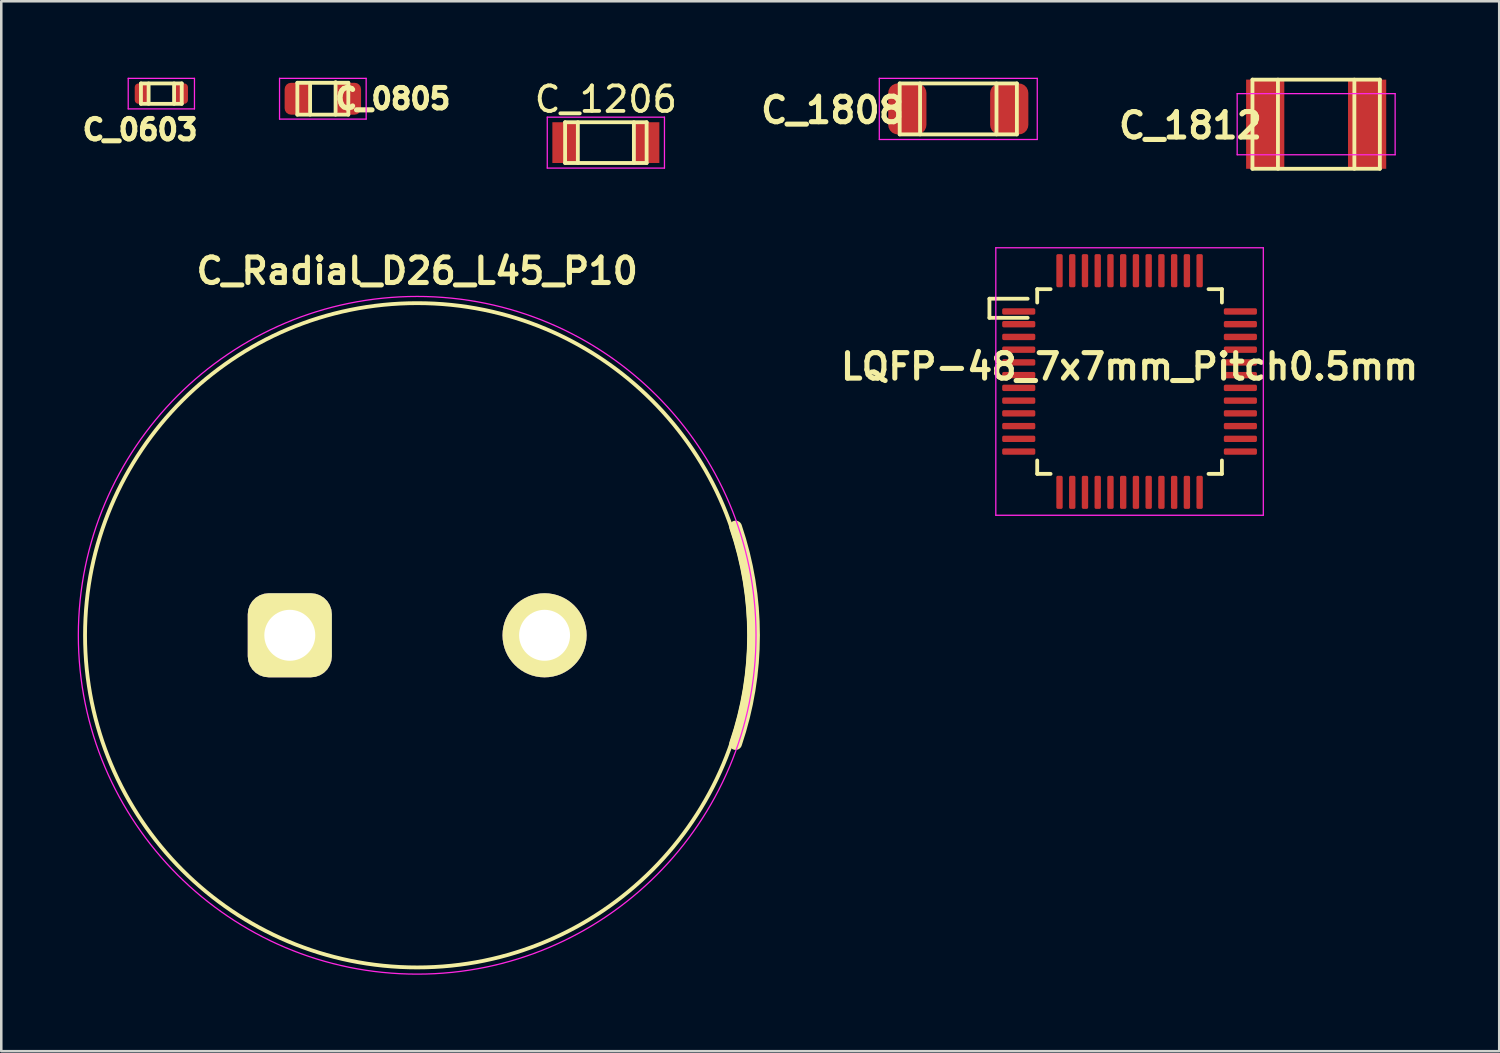
<source format=kicad_pcb>
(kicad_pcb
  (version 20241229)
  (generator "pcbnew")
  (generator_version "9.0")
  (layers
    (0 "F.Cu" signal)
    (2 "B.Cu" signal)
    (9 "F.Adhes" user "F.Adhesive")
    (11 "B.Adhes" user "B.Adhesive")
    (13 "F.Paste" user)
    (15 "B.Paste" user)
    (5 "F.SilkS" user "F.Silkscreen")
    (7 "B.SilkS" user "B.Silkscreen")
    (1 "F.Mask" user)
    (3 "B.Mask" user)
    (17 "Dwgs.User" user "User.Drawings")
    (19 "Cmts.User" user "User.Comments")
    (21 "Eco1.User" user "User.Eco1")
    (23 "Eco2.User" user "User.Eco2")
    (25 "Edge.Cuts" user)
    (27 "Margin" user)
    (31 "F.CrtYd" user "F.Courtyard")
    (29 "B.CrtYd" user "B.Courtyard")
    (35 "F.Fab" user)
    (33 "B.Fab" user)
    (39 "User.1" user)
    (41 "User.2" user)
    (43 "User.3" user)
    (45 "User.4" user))
  (footprint "LQFP-48_7x7mm_Pitch0.5mm"
    (layer "F.Cu")
    (at 41.287 11.925)
    (property "Reference" "LQFP-48_7x7mm_Pitch0.5mm" (at 0 -0.586 0) (layer "F.SilkS") (effects (font (size 1 1) (thickness 0.2))))
    (attr smd)
    (fp_line (start -5.5 -3.25) (end -5.5 -2.5) (stroke (width 0.15) (type solid)) (layer "F.SilkS"))
    (fp_line (start -5.5 -2.5) (end -4 -2.5) (stroke (width 0.15) (type solid)) (layer "F.SilkS"))
    (fp_line (start -4 -3.25) (end -5.5 -3.25) (stroke (width 0.15) (type solid)) (layer "F.SilkS"))
    (fp_line (start -3.625 -3.625) (end -3.625 -3.1) (stroke (width 0.15) (type solid)) (layer "F.SilkS"))
    (fp_line (start -3.625 -3.625) (end -3.1 -3.625) (stroke (width 0.15) (type solid)) (layer "F.SilkS"))
    (fp_line (start -3.625 3.625) (end -3.625 3.1) (stroke (width 0.15) (type solid)) (layer "F.SilkS"))
    (fp_line (start -3.625 3.625) (end -3.1 3.625) (stroke (width 0.15) (type solid)) (layer "F.SilkS"))
    (fp_line (start 3.625 -3.625) (end 3.1 -3.625) (stroke (width 0.15) (type solid)) (layer "F.SilkS"))
    (fp_line (start 3.625 -3.625) (end 3.625 -3.1) (stroke (width 0.15) (type solid)) (layer "F.SilkS"))
    (fp_line (start 3.625 3.625) (end 3.1 3.625) (stroke (width 0.15) (type solid)) (layer "F.SilkS"))
    (fp_line (start 3.625 3.625) (end 3.625 3.1) (stroke (width 0.15) (type solid)) (layer "F.SilkS"))
    (fp_line (start -5.25 -5.25) (end -5.25 5.25) (stroke (width 0.05) (type solid)) (layer "F.CrtYd"))
    (fp_line (start -5.25 -5.25) (end 5.25 -5.25) (stroke (width 0.05) (type solid)) (layer "F.CrtYd"))
    (fp_line (start -5.25 5.25) (end 5.25 5.25) (stroke (width 0.05) (type solid)) (layer "F.CrtYd"))
    (fp_line (start 5.25 -5.25) (end 5.25 5.25) (stroke (width 0.05) (type solid)) (layer "F.CrtYd"))
    (pad "1" smd roundrect (at -4.35 -2.75) (size 1.3 0.25) (layers "F.Cu" "F.Mask" "F.Paste") (roundrect_rratio 0.25))
    (pad "2" smd roundrect (at -4.35 -2.25) (size 1.3 0.25) (layers "F.Cu" "F.Mask" "F.Paste") (roundrect_rratio 0.25))
    (pad "3" smd roundrect (at -4.35 -1.75) (size 1.3 0.25) (layers "F.Cu" "F.Mask" "F.Paste") (roundrect_rratio 0.25))
    (pad "4" smd roundrect (at -4.35 -1.25) (size 1.3 0.25) (layers "F.Cu" "F.Mask" "F.Paste") (roundrect_rratio 0.25))
    (pad "5" smd roundrect (at -4.35 -0.75) (size 1.3 0.25) (layers "F.Cu" "F.Mask" "F.Paste") (roundrect_rratio 0.25))
    (pad "6" smd roundrect (at -4.35 -0.25) (size 1.3 0.25) (layers "F.Cu" "F.Mask" "F.Paste") (roundrect_rratio 0.25))
    (pad "7" smd roundrect (at -4.35 0.25) (size 1.3 0.25) (layers "F.Cu" "F.Mask" "F.Paste") (roundrect_rratio 0.25))
    (pad "8" smd roundrect (at -4.35 0.75) (size 1.3 0.25) (layers "F.Cu" "F.Mask" "F.Paste") (roundrect_rratio 0.25))
    (pad "9" smd roundrect (at -4.35 1.25) (size 1.3 0.25) (layers "F.Cu" "F.Mask" "F.Paste") (roundrect_rratio 0.25))
    (pad "10" smd roundrect (at -4.35 1.75) (size 1.3 0.25) (layers "F.Cu" "F.Mask" "F.Paste") (roundrect_rratio 0.25))
    (pad "11" smd roundrect (at -4.35 2.25) (size 1.3 0.25) (layers "F.Cu" "F.Mask" "F.Paste") (roundrect_rratio 0.25))
    (pad "12" smd roundrect (at -4.35 2.75) (size 1.3 0.25) (layers "F.Cu" "F.Mask" "F.Paste") (roundrect_rratio 0.25))
    (pad "13" smd roundrect (at -2.75 4.35 90) (size 1.3 0.25) (layers "F.Cu" "F.Mask" "F.Paste") (roundrect_rratio 0.25))
    (pad "14" smd roundrect (at -2.25 4.35 90) (size 1.3 0.25) (layers "F.Cu" "F.Mask" "F.Paste") (roundrect_rratio 0.25))
    (pad "15" smd roundrect (at -1.75 4.35 90) (size 1.3 0.25) (layers "F.Cu" "F.Mask" "F.Paste") (roundrect_rratio 0.25))
    (pad "16" smd roundrect (at -1.25 4.35 90) (size 1.3 0.25) (layers "F.Cu" "F.Mask" "F.Paste") (roundrect_rratio 0.25))
    (pad "17" smd roundrect (at -0.75 4.35 90) (size 1.3 0.25) (layers "F.Cu" "F.Mask" "F.Paste") (roundrect_rratio 0.25))
    (pad "18" smd roundrect (at -0.25 4.35 90) (size 1.3 0.25) (layers "F.Cu" "F.Mask" "F.Paste") (roundrect_rratio 0.25))
    (pad "19" smd roundrect (at 0.25 4.35 90) (size 1.3 0.25) (layers "F.Cu" "F.Mask" "F.Paste") (roundrect_rratio 0.25))
    (pad "20" smd roundrect (at 0.75 4.35 90) (size 1.3 0.25) (layers "F.Cu" "F.Mask" "F.Paste") (roundrect_rratio 0.25))
    (pad "21" smd roundrect (at 1.25 4.35 90) (size 1.3 0.25) (layers "F.Cu" "F.Mask" "F.Paste") (roundrect_rratio 0.25))
    (pad "22" smd roundrect (at 1.75 4.35 90) (size 1.3 0.25) (layers "F.Cu" "F.Mask" "F.Paste") (roundrect_rratio 0.25))
    (pad "23" smd roundrect (at 2.25 4.35 90) (size 1.3 0.25) (layers "F.Cu" "F.Mask" "F.Paste") (roundrect_rratio 0.25))
    (pad "24" smd roundrect (at 2.75 4.35 90) (size 1.3 0.25) (layers "F.Cu" "F.Mask" "F.Paste") (roundrect_rratio 0.25))
    (pad "25" smd roundrect (at 4.35 2.75) (size 1.3 0.25) (layers "F.Cu" "F.Mask" "F.Paste") (roundrect_rratio 0.25))
    (pad "26" smd roundrect (at 4.35 2.25) (size 1.3 0.25) (layers "F.Cu" "F.Mask" "F.Paste") (roundrect_rratio 0.25))
    (pad "27" smd roundrect (at 4.35 1.75) (size 1.3 0.25) (layers "F.Cu" "F.Mask" "F.Paste") (roundrect_rratio 0.25))
    (pad "28" smd roundrect (at 4.35 1.25) (size 1.3 0.25) (layers "F.Cu" "F.Mask" "F.Paste") (roundrect_rratio 0.25))
    (pad "29" smd roundrect (at 4.35 0.75) (size 1.3 0.25) (layers "F.Cu" "F.Mask" "F.Paste") (roundrect_rratio 0.25))
    (pad "30" smd roundrect (at 4.35 0.25) (size 1.3 0.25) (layers "F.Cu" "F.Mask" "F.Paste") (roundrect_rratio 0.25))
    (pad "31" smd roundrect (at 4.35 -0.25) (size 1.3 0.25) (layers "F.Cu" "F.Mask" "F.Paste") (roundrect_rratio 0.25))
    (pad "32" smd roundrect (at 4.35 -0.75) (size 1.3 0.25) (layers "F.Cu" "F.Mask" "F.Paste") (roundrect_rratio 0.25))
    (pad "33" smd roundrect (at 4.35 -1.25) (size 1.3 0.25) (layers "F.Cu" "F.Mask" "F.Paste") (roundrect_rratio 0.25))
    (pad "34" smd roundrect (at 4.35 -1.75) (size 1.3 0.25) (layers "F.Cu" "F.Mask" "F.Paste") (roundrect_rratio 0.25))
    (pad "35" smd roundrect (at 4.35 -2.25) (size 1.3 0.25) (layers "F.Cu" "F.Mask" "F.Paste") (roundrect_rratio 0.25))
    (pad "36" smd roundrect (at 4.35 -2.75) (size 1.3 0.25) (layers "F.Cu" "F.Mask" "F.Paste") (roundrect_rratio 0.25))
    (pad "37" smd roundrect (at 2.75 -4.35 90) (size 1.3 0.25) (layers "F.Cu" "F.Mask" "F.Paste") (roundrect_rratio 0.25))
    (pad "38" smd roundrect (at 2.25 -4.35 90) (size 1.3 0.25) (layers "F.Cu" "F.Mask" "F.Paste") (roundrect_rratio 0.25))
    (pad "39" smd roundrect (at 1.75 -4.35 90) (size 1.3 0.25) (layers "F.Cu" "F.Mask" "F.Paste") (roundrect_rratio 0.25))
    (pad "40" smd roundrect (at 1.25 -4.35 90) (size 1.3 0.25) (layers "F.Cu" "F.Mask" "F.Paste") (roundrect_rratio 0.25))
    (pad "41" smd roundrect (at 0.75 -4.35 90) (size 1.3 0.25) (layers "F.Cu" "F.Mask" "F.Paste") (roundrect_rratio 0.25))
    (pad "42" smd roundrect (at 0.25 -4.35 90) (size 1.3 0.25) (layers "F.Cu" "F.Mask" "F.Paste") (roundrect_rratio 0.25))
    (pad "43" smd roundrect (at -0.25 -4.35 90) (size 1.3 0.25) (layers "F.Cu" "F.Mask" "F.Paste") (roundrect_rratio 0.25))
    (pad "44" smd roundrect (at -0.75 -4.35 90) (size 1.3 0.25) (layers "F.Cu" "F.Mask" "F.Paste") (roundrect_rratio 0.25))
    (pad "45" smd roundrect (at -1.25 -4.35 90) (size 1.3 0.25) (layers "F.Cu" "F.Mask" "F.Paste") (roundrect_rratio 0.25))
    (pad "46" smd roundrect (at -1.75 -4.35 90) (size 1.3 0.25) (layers "F.Cu" "F.Mask" "F.Paste") (roundrect_rratio 0.25))
    (pad "47" smd roundrect (at -2.25 -4.35 90) (size 1.3 0.25) (layers "F.Cu" "F.Mask" "F.Paste") (roundrect_rratio 0.25))
    (pad "48" smd roundrect (at -2.75 -4.35 90) (size 1.3 0.25) (layers "F.Cu" "F.Mask" "F.Paste") (roundrect_rratio 0.25)))
  (footprint "C_0603"
    (layer "F.Cu")
    (at 3.283 0.625)
    (property "Reference" "C_0603" (at -0.834 1.416 0) (layer "F.SilkS") (effects (font (size 0.8 0.8) (thickness 0.2))))
    (attr smd)
    (fp_line (start -0.8 -0.4) (end -0.8 0.4) (stroke (width 0.15) (type solid)) (layer "F.SilkS"))
    (fp_line (start -0.8 0.4) (end 0.8 0.4) (stroke (width 0.15) (type solid)) (layer "F.SilkS"))
    (fp_line (start -0.5 -0.4) (end -0.5 0.4) (stroke (width 0.15) (type solid)) (layer "F.SilkS"))
    (fp_line (start 0.5 -0.4) (end 0.5 0.4) (stroke (width 0.15) (type solid)) (layer "F.SilkS"))
    (fp_line (start 0.8 -0.4) (end -0.8 -0.4) (stroke (width 0.15) (type solid)) (layer "F.SilkS"))
    (fp_line (start 0.8 0.4) (end 0.8 -0.4) (stroke (width 0.15) (type solid)) (layer "F.SilkS"))
    (fp_line (start -1.3 -0.6) (end -1.3 0.6) (stroke (width 0.05) (type solid)) (layer "F.CrtYd"))
    (fp_line (start -1.3 -0.6) (end 1.3 -0.6) (stroke (width 0.05) (type solid)) (layer "F.CrtYd"))
    (fp_line (start -1.3 0.6) (end 1.3 0.6) (stroke (width 0.05) (type solid)) (layer "F.CrtYd"))
    (fp_line (start 1.3 -0.6) (end 1.3 0.6) (stroke (width 0.05) (type solid)) (layer "F.CrtYd"))
    (pad "1" smd roundrect (at -0.75 0) (size 0.59 0.8) (layers "F.Cu" "F.Mask" "F.Paste") (roundrect_rratio 0.25))
    (pad "2" smd roundrect (at 0.75 0) (size 0.59 0.8) (layers "F.Cu" "F.Mask" "F.Paste") (roundrect_rratio 0.25)))
  (footprint "C_Radial_D26_L45_P10"
    (layer "F.Cu")
    (at 13.325 21.886)
    (property "Reference" "C_Radial_D26_L45_P10" (at 0 -14.3 0) (layer "F.SilkS") (effects (font (size 1 1) (thickness 0.2))))
    (attr through_hole)
    (fp_arc (start 12.5 -4.25) (mid 13.202746 0) (end 12.5 4.249999) (stroke (width 0.5) (type solid)) (layer "F.SilkS"))
    (fp_circle (center 0 0) (end 0 -13.037) (stroke (width 0.15) (type solid)) (fill no) (layer "F.SilkS"))
    (fp_circle (center 0 0) (end 0 -13.3) (stroke (width 0.05) (type solid)) (fill no) (layer "F.CrtYd"))
    (pad "1" thru_hole roundrect (at -5 0) (size 3.3 3.3) (drill 2) (layers "*.Cu" "*.Mask" "F.SilkS") (roundrect_rratio 0.25))
    (pad "2" thru_hole circle (at 5 0) (size 3.3 3.3) (drill 2) (layers "*.Cu" "*.Mask" "F.SilkS")))
  (footprint "C_0805"
    (layer "F.Cu")
    (at 9.622 0.825)
    (property "Reference" "C_0805" (at 2.75 0 0) (layer "F.SilkS") (effects (font (size 0.8 0.8) (thickness 0.2))))
    (attr smd)
    (fp_line (start -1 -0.625) (end -1 0.625) (stroke (width 0.15) (type solid)) (layer "F.SilkS"))
    (fp_line (start -1 0.625) (end 1 0.625) (stroke (width 0.15) (type solid)) (layer "F.SilkS"))
    (fp_line (start -0.5 -0.625) (end -0.5 0.625) (stroke (width 0.15) (type solid)) (layer "F.SilkS"))
    (fp_line (start 0.5 -0.65) (end 0.5 0.625) (stroke (width 0.15) (type solid)) (layer "F.SilkS"))
    (fp_line (start 1 -0.625) (end -1 -0.625) (stroke (width 0.15) (type solid)) (layer "F.SilkS"))
    (fp_line (start 1 0.625) (end 1 -0.625) (stroke (width 0.15) (type solid)) (layer "F.SilkS"))
    (fp_line (start -1.7 -0.8) (end -1.7 0.8) (stroke (width 0.05) (type solid)) (layer "F.CrtYd"))
    (fp_line (start -1.7 -0.8) (end 1.7 -0.8) (stroke (width 0.05) (type solid)) (layer "F.CrtYd"))
    (fp_line (start -1.7 0.8) (end 1.7 0.8) (stroke (width 0.05) (type solid)) (layer "F.CrtYd"))
    (fp_line (start 1.7 -0.8) (end 1.7 0.8) (stroke (width 0.05) (type solid)) (layer "F.CrtYd"))
    (pad "1" smd roundrect (at -1 0) (size 1 1.25) (layers "F.Cu" "F.Mask" "F.Paste") (roundrect_rratio 0.25))
    (pad "2" smd roundrect (at 1 0) (size 1 1.25) (layers "F.Cu" "F.Mask" "F.Paste") (roundrect_rratio 0.25)))
  (footprint "C_1206"
    (layer "F.Cu")
    (at 20.731 2.548)
    (property "Reference" "C_1206" (at 0 -1.7 0) (layer "F.SilkS") (effects (font (size 1 1) (thickness 0.15))))
    (attr smd)
    (fp_line (start -1.6 -0.8) (end -1.6 0.8) (stroke (width 0.15) (type solid)) (layer "F.SilkS"))
    (fp_line (start -1.6 0.8) (end 1.6 0.8) (stroke (width 0.15) (type solid)) (layer "F.SilkS"))
    (fp_line (start -1.1 -0.8) (end -1.1 0.8) (stroke (width 0.15) (type solid)) (layer "F.SilkS"))
    (fp_line (start 1.1 -0.8) (end 1.1 0.8) (stroke (width 0.15) (type solid)) (layer "F.SilkS"))
    (fp_line (start 1.6 -0.8) (end -1.6 -0.8) (stroke (width 0.15) (type solid)) (layer "F.SilkS"))
    (fp_line (start 1.6 0.8) (end 1.6 -0.8) (stroke (width 0.15) (type solid)) (layer "F.SilkS"))
    (fp_line (start -2.3 -1) (end -2.3 1) (stroke (width 0.05) (type solid)) (layer "F.CrtYd"))
    (fp_line (start -2.3 -1) (end 2.3 -1) (stroke (width 0.05) (type solid)) (layer "F.CrtYd"))
    (fp_line (start -2.3 1) (end 2.3 1) (stroke (width 0.05) (type solid)) (layer "F.CrtYd"))
    (fp_line (start 2.3 -1) (end 2.3 1) (stroke (width 0.05) (type solid)) (layer "F.CrtYd"))
    (pad "1" smd rect (at -1.6 0) (size 1 1.6) (layers "F.Cu" "F.Mask" "F.Paste"))
    (pad "2" smd rect (at 1.6 0) (size 1 1.6) (layers "F.Cu" "F.Mask" "F.Paste")))
  (footprint "C_1812"
    (layer "F.Cu")
    (at 48.611 1.825)
    (property "Reference" "C_1812" (at -4.936 0.05 0) (layer "F.SilkS") (effects (font (size 1 1) (thickness 0.2))))
    (attr smd)
    (fp_line (start -2.5 -1.75) (end -2.5 1.75) (stroke (width 0.15) (type solid)) (layer "F.SilkS"))
    (fp_line (start -2.5 1.75) (end 2.5 1.75) (stroke (width 0.15) (type solid)) (layer "F.SilkS"))
    (fp_line (start -1.5 -1.75) (end -1.5 1.75) (stroke (width 0.15) (type solid)) (layer "F.SilkS"))
    (fp_line (start 1.5 -1.75) (end 1.5 1.75) (stroke (width 0.15) (type solid)) (layer "F.SilkS"))
    (fp_line (start 2.5 -1.75) (end -2.5 -1.75) (stroke (width 0.15) (type solid)) (layer "F.SilkS"))
    (fp_line (start 2.5 1.75) (end 2.5 -1.75) (stroke (width 0.15) (type solid)) (layer "F.SilkS"))
    (fp_line (start -3.1 -1.2) (end -3.1 1.2) (stroke (width 0.05) (type solid)) (layer "F.CrtYd"))
    (fp_line (start -3.1 -1.2) (end 3.1 -1.2) (stroke (width 0.05) (type solid)) (layer "F.CrtYd"))
    (fp_line (start -3.1 1.2) (end 3.1 1.2) (stroke (width 0.05) (type solid)) (layer "F.CrtYd"))
    (fp_line (start 3.1 -1.2) (end 3.1 1.2) (stroke (width 0.05) (type solid)) (layer "F.CrtYd"))
    (pad "1" smd rect (at -2 0) (size 1.5 3.5) (layers "F.Cu" "F.Mask" "F.Paste"))
    (pad "2" smd rect (at 2 0) (size 1.5 3.5) (layers "F.Cu" "F.Mask" "F.Paste")))
  (footprint "C_1808"
    (layer "F.Cu")
    (at 34.564 1.225)
    (property "Reference" "C_1808" (at -4.936 0.05 0) (layer "F.SilkS") (effects (font (size 1 1) (thickness 0.2))))
    (attr smd)
    (fp_line (start -2.3 -1) (end -2.3 1) (stroke (width 0.15) (type solid)) (layer "F.SilkS"))
    (fp_line (start -2.3 1) (end 2.3 1) (stroke (width 0.15) (type solid)) (layer "F.SilkS"))
    (fp_line (start -1.5 -1) (end -1.5 1) (stroke (width 0.15) (type solid)) (layer "F.SilkS"))
    (fp_line (start 1.5 -1) (end 1.5 1) (stroke (width 0.15) (type solid)) (layer "F.SilkS"))
    (fp_line (start 2.3 -1) (end -2.3 -1) (stroke (width 0.15) (type solid)) (layer "F.SilkS"))
    (fp_line (start 2.3 1) (end 2.3 -1) (stroke (width 0.15) (type solid)) (layer "F.SilkS"))
    (fp_line (start -3.1 -1.2) (end -3.1 1.2) (stroke (width 0.05) (type solid)) (layer "F.CrtYd"))
    (fp_line (start -3.1 -1.2) (end 3.1 -1.2) (stroke (width 0.05) (type solid)) (layer "F.CrtYd"))
    (fp_line (start -3.1 1.2) (end 3.1 1.2) (stroke (width 0.05) (type solid)) (layer "F.CrtYd"))
    (fp_line (start 3.1 -1.2) (end 3.1 1.2) (stroke (width 0.05) (type solid)) (layer "F.CrtYd"))
    (pad "1" smd roundrect (at -2 0) (size 1.5 2) (layers "F.Cu" "F.Mask" "F.Paste") (roundrect_rratio 0.25))
    (pad "2" smd roundrect (at 2 0) (size 1.5 2) (layers "F.Cu" "F.Mask" "F.Paste") (roundrect_rratio 0.25)))
  (gr_rect
    (start -3 -3)
    (end 55.797 38.211)
    (stroke (width 0.1) (type default))
    (fill no)
    (layer "Edge.Cuts")))
</source>
